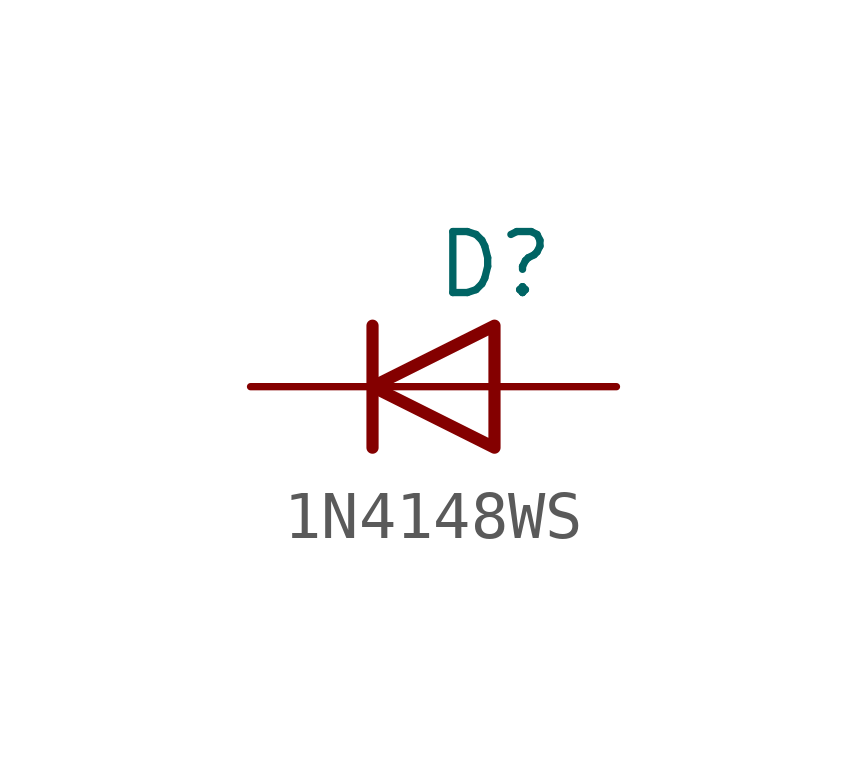
<source format=kicad_sym>
(kicad_symbol_lib
  (version 20220914)
  (generator kicad_symbol_editor)
  (symbol "1N4148WS"
    (pin_numbers hide)
    (pin_names
      (offset 1.016) hide)
    (property "Reference" "D"
      (at 0 2.54 0)
      (effects (font (size 1.27 1.27)) (justify left)))
    (symbol "1N4148WS_0_1"
      (polyline (pts (xy -1.27 1.27) (xy -1.27 -1.27)) (stroke (width 0.254) (type default)) (fill (type none)))
      (polyline (pts (xy 1.27 0) (xy -1.27 0)) (stroke (width 0) (type default)) (fill (type none)))
      (polyline (pts (xy 1.27 1.27) (xy 1.27 -1.27) (xy -1.27 0) (xy 1.27 1.27)) (stroke (width 0.254) (type default)) (fill (type none))))
    (symbol "1N4148WS_1_1"
      (pin passive line (at -3.81 0 0) (length 2.54) (name "K" (effects (font (size 1.27 1.27)))) (number "1" (effects (font (size 1.27 1.27)))))
      (pin passive line (at 3.81 0 180) (length 2.54) (name "A" (effects (font (size 1.27 1.27)))) (number "2" (effects (font (size 1.27 1.27))))))))
</source>
